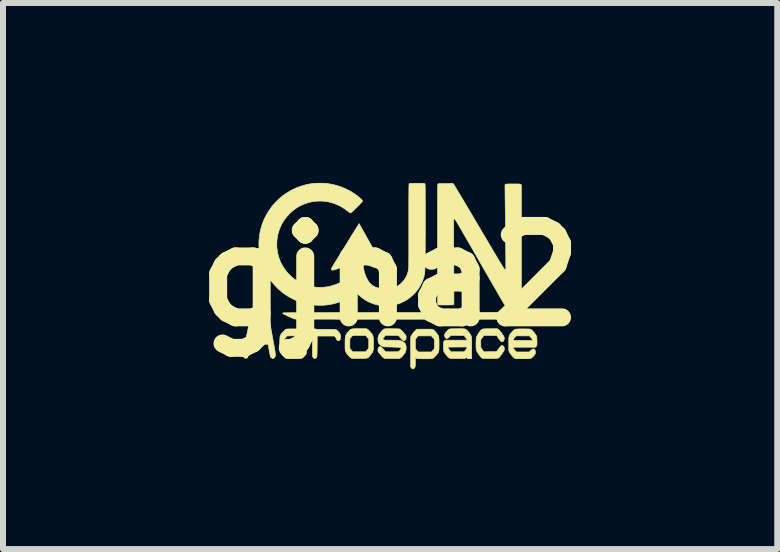
<source format=kicad_pcb>
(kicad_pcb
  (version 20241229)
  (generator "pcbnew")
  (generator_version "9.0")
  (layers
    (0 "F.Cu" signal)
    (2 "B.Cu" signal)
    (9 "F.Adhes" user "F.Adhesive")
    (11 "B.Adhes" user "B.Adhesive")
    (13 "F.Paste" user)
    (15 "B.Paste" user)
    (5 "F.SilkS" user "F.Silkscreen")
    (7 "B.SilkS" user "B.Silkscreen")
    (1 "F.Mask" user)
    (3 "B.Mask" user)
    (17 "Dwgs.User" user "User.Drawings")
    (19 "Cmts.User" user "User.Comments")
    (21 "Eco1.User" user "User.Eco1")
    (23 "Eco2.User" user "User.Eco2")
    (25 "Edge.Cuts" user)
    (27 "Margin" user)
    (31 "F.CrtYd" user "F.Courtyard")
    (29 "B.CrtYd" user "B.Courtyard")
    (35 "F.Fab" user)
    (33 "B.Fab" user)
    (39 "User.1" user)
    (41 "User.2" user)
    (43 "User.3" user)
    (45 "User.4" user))
  (footprint "gjna2"
    (layer "F.Cu")
    (at 3.454 1.552)
    (property "Reference" "gjna2" (at 0 0 0) (layer "F.SilkS") (effects (font (size 1.524 1.524) (thickness 0.3))))
    (attr through_hole)
    (fp_poly (pts (xy -1.243 0.883) (xy -1.239 0.885) (xy -1.233 0.886) (xy -1.225 0.887) (xy -1.214 0.888) (xy -1.2 0.888) (xy -1.181 0.888) (xy -1.158 0.889) (xy -1.129 0.889) (xy -1.095 0.889) (xy -1.071 0.889) (xy -1.032 0.889) (xy -0.999 0.889) (xy -0.972 0.889) (xy -0.95 0.89) (xy -0.932 0.891) (xy -0.918 0.892) (xy -0.907 0.894) (xy -0.898 0.897) (xy -0.891 0.901) (xy -0.884 0.906) (xy -0.878 0.913) (xy -0.87 0.92) (xy -0.865 0.926) (xy -0.846 0.948) (xy -0.833 0.97) (xy -0.826 0.992) (xy -0.824 1.017) (xy -0.824 1.028) (xy -0.828 1.048) (xy -0.835 1.063) (xy -0.845 1.074) (xy -0.857 1.078) (xy -0.871 1.076) (xy -0.875 1.075) (xy -0.883 1.069) (xy -0.889 1.061) (xy -0.895 1.049) (xy -0.896 1.046) (xy -0.904 1.03) (xy -0.912 1.018) (xy -0.917 1.012) (xy -0.929 1.001) (xy -1.215 1.001) (xy -1.216 1.169) (xy -1.217 1.209) (xy -1.217 1.243) (xy -1.217 1.27) (xy -1.218 1.292) (xy -1.218 1.31) (xy -1.219 1.323) (xy -1.22 1.333) (xy -1.221 1.341) (xy -1.222 1.346) (xy -1.223 1.35) (xy -1.223 1.35) (xy -1.233 1.364) (xy -1.244 1.373) (xy -1.257 1.375) (xy -1.27 1.372) (xy -1.278 1.365) (xy -1.286 1.356) (xy -1.291 1.346) (xy -1.292 1.345) (xy -1.293 1.339) (xy -1.293 1.325) (xy -1.294 1.304) (xy -1.295 1.276) (xy -1.295 1.241) (xy -1.295 1.199) (xy -1.295 1.15) (xy -1.295 1.127) (xy -1.295 0.92) (xy -1.287 0.903) (xy -1.278 0.889) (xy -1.267 0.881) (xy -1.254 0.88) (xy -1.243 0.883)) (stroke (width 0.01) (type solid)) (fill yes) (layer "F.SilkS"))
    (fp_poly (pts (xy 2.307 0.654) (xy 2.335 0.668) (xy 2.356 0.679) (xy 2.373 0.687) (xy 2.385 0.694) (xy 2.393 0.699) (xy 2.398 0.703) (xy 2.4 0.706) (xy 2.401 0.709) (xy 2.401 0.711) (xy 2.4 0.72) (xy 0.662 0.72) (xy 0.548 0.72) (xy 0.434 0.72) (xy 0.322 0.72) (xy 0.211 0.72) (xy 0.101 0.72) (xy -0.007 0.72) (xy -0.112 0.72) (xy -0.215 0.72) (xy -0.316 0.72) (xy -0.413 0.72) (xy -0.507 0.72) (xy -0.598 0.72) (xy -0.685 0.72) (xy -0.768 0.72) (xy -0.847 0.72) (xy -0.921 0.72) (xy -0.99 0.719) (xy -1.054 0.719) (xy -1.113 0.719) (xy -1.166 0.719) (xy -1.213 0.719) (xy -1.254 0.719) (xy -1.288 0.719) (xy -1.316 0.719) (xy -1.337 0.719) (xy -1.337 0.719) (xy -1.598 0.717) (xy -1.678 0.68) (xy -1.709 0.666) (xy -1.734 0.654) (xy -1.753 0.645) (xy -1.767 0.638) (xy -1.778 0.633) (xy -1.784 0.628) (xy -1.788 0.625) (xy -1.789 0.622) (xy -1.789 0.619) (xy -1.787 0.616) (xy -1.786 0.615) (xy -1.784 0.614) (xy -1.778 0.614) (xy -1.769 0.614) (xy -1.755 0.613) (xy -1.737 0.613) (xy -1.715 0.613) (xy -1.688 0.612) (xy -1.657 0.612) (xy -1.622 0.612) (xy -1.581 0.612) (xy -1.536 0.611) (xy -1.486 0.611) (xy -1.43 0.611) (xy -1.37 0.611) (xy -1.304 0.611) (xy -1.232 0.61) (xy -1.155 0.61) (xy -1.071 0.61) (xy -0.982 0.61) (xy -0.887 0.609) (xy -0.786 0.609) (xy -0.679 0.609) (xy -0.565 0.609) (xy -0.445 0.609) (xy -0.317 0.608) (xy -0.184 0.608) (xy -0.043 0.608) (xy 0.105 0.608) (xy 0.214 0.608) (xy 2.212 0.605) (xy 2.307 0.654)) (stroke (width 0.01) (type solid)) (fill yes) (layer "F.SilkS"))
    (fp_poly (pts (xy 0.663 0.886) (xy 0.682 0.887) (xy 0.697 0.888) (xy 0.709 0.891) (xy 0.719 0.895) (xy 0.727 0.9) (xy 0.735 0.908) (xy 0.744 0.917) (xy 0.754 0.928) (xy 0.761 0.936) (xy 0.775 0.953) (xy 0.787 0.967) (xy 0.796 0.98) (xy 0.803 0.994) (xy 0.808 1.008) (xy 0.812 1.025) (xy 0.814 1.044) (xy 0.816 1.068) (xy 0.816 1.096) (xy 0.816 1.131) (xy 0.816 1.138) (xy 0.816 1.17) (xy 0.816 1.196) (xy 0.815 1.217) (xy 0.814 1.233) (xy 0.812 1.247) (xy 0.809 1.258) (xy 0.806 1.268) (xy 0.801 1.279) (xy 0.797 1.287) (xy 0.791 1.295) (xy 0.781 1.307) (xy 0.769 1.321) (xy 0.755 1.336) (xy 0.742 1.349) (xy 0.729 1.361) (xy 0.719 1.369) (xy 0.715 1.371) (xy 0.709 1.374) (xy 0.702 1.376) (xy 0.691 1.377) (xy 0.676 1.378) (xy 0.657 1.379) (xy 0.635 1.38) (xy 0.608 1.38) (xy 0.577 1.38) (xy 0.547 1.38) (xy 0.519 1.379) (xy 0.508 1.379) (xy 0.485 1.378) (xy 0.469 1.377) (xy 0.457 1.376) (xy 0.449 1.375) (xy 0.443 1.373) (xy 0.438 1.37) (xy 0.437 1.369) (xy 0.429 1.364) (xy 0.424 1.361) (xy 0.423 1.361) (xy 0.422 1.364) (xy 0.422 1.374) (xy 0.421 1.388) (xy 0.421 1.407) (xy 0.421 1.428) (xy 0.421 1.431) (xy 0.421 1.453) (xy 0.42 1.474) (xy 0.419 1.493) (xy 0.418 1.506) (xy 0.417 1.514) (xy 0.41 1.53) (xy 0.4 1.541) (xy 0.387 1.547) (xy 0.374 1.547) (xy 0.367 1.545) (xy 0.36 1.539) (xy 0.353 1.53) (xy 0.351 1.528) (xy 0.343 1.515) (xy 0.343 1.214) (xy 0.421 1.214) (xy 0.445 1.24) (xy 0.469 1.266) (xy 0.689 1.266) (xy 0.713 1.241) (xy 0.737 1.215) (xy 0.737 1.054) (xy 0.712 1.026) (xy 0.688 0.998) (xy 0.469 0.998) (xy 0.445 1.026) (xy 0.421 1.054) (xy 0.421 1.134) (xy 0.421 1.214) (xy 0.343 1.214) (xy 0.343 1.018) (xy 0.355 0.994) (xy 0.363 0.979) (xy 0.376 0.961) (xy 0.391 0.942) (xy 0.407 0.924) (xy 0.422 0.908) (xy 0.433 0.898) (xy 0.447 0.887) (xy 0.575 0.886) (xy 0.61 0.886) (xy 0.639 0.886) (xy 0.663 0.886)) (stroke (width 0.01) (type solid)) (fill yes) (layer "F.SilkS"))
    (fp_poly (pts (xy -0.378 0.888) (xy -0.367 0.895) (xy -0.355 0.906) (xy -0.343 0.918) (xy -0.34 0.921) (xy -0.323 0.941) (xy -0.31 0.958) (xy -0.299 0.973) (xy -0.291 0.986) (xy -0.286 1.001) (xy -0.282 1.016) (xy -0.279 1.035) (xy -0.278 1.057) (xy -0.277 1.085) (xy -0.277 1.112) (xy -0.276 1.148) (xy -0.276 1.178) (xy -0.277 1.203) (xy -0.279 1.224) (xy -0.283 1.242) (xy -0.288 1.257) (xy -0.294 1.272) (xy -0.303 1.286) (xy -0.315 1.301) (xy -0.328 1.318) (xy -0.339 1.332) (xy -0.349 1.343) (xy -0.358 1.353) (xy -0.366 1.36) (xy -0.376 1.365) (xy -0.387 1.369) (xy -0.401 1.371) (xy -0.418 1.373) (xy -0.439 1.374) (xy -0.466 1.374) (xy -0.499 1.374) (xy -0.512 1.374) (xy -0.545 1.375) (xy -0.571 1.375) (xy -0.592 1.375) (xy -0.608 1.375) (xy -0.62 1.374) (xy -0.629 1.373) (xy -0.636 1.372) (xy -0.641 1.371) (xy -0.646 1.369) (xy -0.649 1.368) (xy -0.659 1.361) (xy -0.671 1.35) (xy -0.686 1.335) (xy -0.693 1.327) (xy -0.708 1.31) (xy -0.719 1.298) (xy -0.726 1.288) (xy -0.732 1.279) (xy -0.736 1.27) (xy -0.74 1.259) (xy -0.743 1.253) (xy -0.745 1.246) (xy -0.747 1.239) (xy -0.749 1.231) (xy -0.75 1.222) (xy -0.75 1.21) (xy -0.751 1.195) (xy -0.751 1.175) (xy -0.751 1.149) (xy -0.751 1.133) (xy -0.751 1.096) (xy -0.75 1.065) (xy -0.749 1.045) (xy -0.671 1.045) (xy -0.671 1.126) (xy -0.671 1.206) (xy -0.647 1.235) (xy -0.623 1.263) (xy -0.407 1.263) (xy -0.396 1.251) (xy -0.388 1.241) (xy -0.377 1.23) (xy -0.37 1.221) (xy -0.356 1.203) (xy -0.356 1.051) (xy -0.407 0.991) (xy -0.513 0.991) (xy -0.544 0.991) (xy -0.569 0.991) (xy -0.588 0.991) (xy -0.603 0.992) (xy -0.614 0.993) (xy -0.623 0.996) (xy -0.63 0.999) (xy -0.636 1.004) (xy -0.642 1.011) (xy -0.649 1.02) (xy -0.655 1.026) (xy -0.671 1.045) (xy -0.749 1.045) (xy -0.749 1.039) (xy -0.746 1.018) (xy -0.743 1) (xy -0.737 0.985) (xy -0.73 0.97) (xy -0.72 0.956) (xy -0.708 0.941) (xy -0.693 0.925) (xy -0.69 0.921) (xy -0.68 0.91) (xy -0.671 0.901) (xy -0.663 0.894) (xy -0.654 0.889) (xy -0.644 0.885) (xy -0.633 0.882) (xy -0.618 0.88) (xy -0.6 0.879) (xy -0.577 0.878) (xy -0.548 0.878) (xy -0.514 0.878) (xy -0.395 0.878) (xy -0.378 0.888)) (stroke (width 0.01) (type solid)) (fill yes) (layer "F.SilkS"))
    (fp_poly (pts (xy 1.203 0.879) (xy 1.222 0.879) (xy 1.236 0.881) (xy 1.248 0.883) (xy 1.257 0.886) (xy 1.264 0.89) (xy 1.271 0.895) (xy 1.278 0.901) (xy 1.281 0.905) (xy 1.298 0.923) (xy 1.315 0.943) (xy 1.33 0.963) (xy 1.343 0.981) (xy 1.349 0.993) (xy 1.359 1.014) (xy 1.36 1.197) (xy 1.361 1.379) (xy 1.285 1.379) (xy 1.285 1.353) (xy 1.246 1.375) (xy 1.125 1.375) (xy 1.09 1.375) (xy 1.061 1.375) (xy 1.037 1.375) (xy 1.019 1.374) (xy 1.004 1.372) (xy 0.992 1.369) (xy 0.982 1.364) (xy 0.973 1.358) (xy 0.965 1.35) (xy 0.956 1.341) (xy 0.946 1.328) (xy 0.941 1.323) (xy 0.929 1.307) (xy 0.917 1.291) (xy 0.907 1.277) (xy 0.901 1.266) (xy 0.901 1.266) (xy 0.897 1.259) (xy 0.895 1.252) (xy 0.893 1.245) (xy 0.892 1.236) (xy 0.891 1.223) (xy 0.89 1.207) (xy 0.89 1.194) (xy 0.966 1.194) (xy 0.967 1.2) (xy 0.97 1.208) (xy 0.978 1.219) (xy 0.99 1.233) (xy 1.014 1.263) (xy 1.124 1.263) (xy 1.233 1.263) (xy 1.257 1.236) (xy 1.268 1.224) (xy 1.275 1.214) (xy 1.279 1.207) (xy 1.281 1.2) (xy 1.281 1.196) (xy 1.281 1.183) (xy 0.967 1.185) (xy 0.966 1.194) (xy 0.89 1.194) (xy 0.89 1.184) (xy 0.89 1.178) (xy 0.889 1.151) (xy 0.89 1.13) (xy 0.89 1.115) (xy 0.892 1.103) (xy 0.895 1.095) (xy 0.899 1.088) (xy 0.905 1.082) (xy 0.908 1.079) (xy 0.919 1.07) (xy 1.281 1.07) (xy 1.281 1.06) (xy 1.279 1.053) (xy 1.273 1.042) (xy 1.263 1.029) (xy 1.258 1.023) (xy 1.234 0.995) (xy 1.206 0.993) (xy 1.194 0.992) (xy 1.176 0.992) (xy 1.154 0.991) (xy 1.13 0.991) (xy 1.104 0.991) (xy 1.097 0.991) (xy 1.015 0.991) (xy 0.989 1.015) (xy 0.974 1.028) (xy 0.963 1.037) (xy 0.954 1.042) (xy 0.946 1.043) (xy 0.938 1.041) (xy 0.934 1.039) (xy 0.923 1.03) (xy 0.914 1.016) (xy 0.909 0.999) (xy 0.908 0.98) (xy 0.911 0.967) (xy 0.916 0.958) (xy 0.924 0.946) (xy 0.936 0.932) (xy 0.949 0.918) (xy 0.963 0.904) (xy 0.975 0.893) (xy 0.985 0.886) (xy 0.985 0.886) (xy 0.989 0.884) (xy 0.994 0.883) (xy 1.002 0.882) (xy 1.013 0.881) (xy 1.028 0.88) (xy 1.047 0.88) (xy 1.072 0.879) (xy 1.103 0.879) (xy 1.115 0.879) (xy 1.151 0.878) (xy 1.18 0.878) (xy 1.203 0.879)) (stroke (width 0.01) (type solid)) (fill yes) (layer "F.SilkS"))
    (fp_poly (pts (xy 1.802 0.887) (xy 1.811 0.894) (xy 1.823 0.907) (xy 1.837 0.923) (xy 1.852 0.941) (xy 1.866 0.96) (xy 1.879 0.98) (xy 1.89 0.997) (xy 1.899 1.013) (xy 1.903 1.024) (xy 1.903 1.025) (xy 1.904 1.043) (xy 1.901 1.06) (xy 1.895 1.076) (xy 1.886 1.087) (xy 1.875 1.095) (xy 1.868 1.096) (xy 1.858 1.095) (xy 1.851 1.092) (xy 1.846 1.088) (xy 1.839 1.079) (xy 1.829 1.067) (xy 1.817 1.051) (xy 1.811 1.042) (xy 1.778 0.995) (xy 1.734 0.993) (xy 1.714 0.992) (xy 1.69 0.991) (xy 1.664 0.991) (xy 1.638 0.991) (xy 1.627 0.991) (xy 1.564 0.991) (xy 1.55 1.01) (xy 1.54 1.023) (xy 1.53 1.038) (xy 1.524 1.046) (xy 1.511 1.064) (xy 1.512 1.129) (xy 1.513 1.193) (xy 1.537 1.228) (xy 1.561 1.263) (xy 1.668 1.262) (xy 1.776 1.261) (xy 1.792 1.239) (xy 1.803 1.224) (xy 1.815 1.207) (xy 1.827 1.192) (xy 1.827 1.192) (xy 1.837 1.179) (xy 1.846 1.169) (xy 1.854 1.163) (xy 1.856 1.162) (xy 1.868 1.159) (xy 1.88 1.163) (xy 1.89 1.172) (xy 1.899 1.186) (xy 1.904 1.203) (xy 1.905 1.218) (xy 1.904 1.228) (xy 1.903 1.236) (xy 1.898 1.246) (xy 1.891 1.258) (xy 1.886 1.265) (xy 1.876 1.281) (xy 1.863 1.299) (xy 1.85 1.318) (xy 1.843 1.327) (xy 1.834 1.339) (xy 1.826 1.349) (xy 1.819 1.357) (xy 1.811 1.363) (xy 1.802 1.368) (xy 1.791 1.371) (xy 1.777 1.373) (xy 1.759 1.374) (xy 1.737 1.375) (xy 1.71 1.375) (xy 1.676 1.375) (xy 1.667 1.375) (xy 1.634 1.375) (xy 1.608 1.375) (xy 1.587 1.375) (xy 1.571 1.374) (xy 1.559 1.374) (xy 1.55 1.373) (xy 1.544 1.372) (xy 1.539 1.37) (xy 1.535 1.368) (xy 1.534 1.368) (xy 1.524 1.36) (xy 1.511 1.348) (xy 1.497 1.331) (xy 1.483 1.312) (xy 1.469 1.292) (xy 1.457 1.272) (xy 1.447 1.254) (xy 1.442 1.242) (xy 1.439 1.234) (xy 1.437 1.227) (xy 1.436 1.219) (xy 1.435 1.209) (xy 1.434 1.197) (xy 1.433 1.18) (xy 1.433 1.158) (xy 1.433 1.13) (xy 1.433 1.13) (xy 1.433 1.1) (xy 1.434 1.076) (xy 1.434 1.057) (xy 1.435 1.043) (xy 1.437 1.032) (xy 1.438 1.023) (xy 1.439 1.021) (xy 1.444 1.008) (xy 1.453 0.992) (xy 1.464 0.973) (xy 1.477 0.953) (xy 1.49 0.934) (xy 1.504 0.917) (xy 1.51 0.91) (xy 1.516 0.902) (xy 1.522 0.896) (xy 1.528 0.891) (xy 1.535 0.887) (xy 1.544 0.884) (xy 1.555 0.882) (xy 1.57 0.881) (xy 1.588 0.88) (xy 1.612 0.879) (xy 1.641 0.879) (xy 1.667 0.879) (xy 1.786 0.878) (xy 1.802 0.887)) (stroke (width 0.01) (type solid)) (fill yes) (layer "F.SilkS"))
    (fp_poly (pts (xy 2.238 0.882) (xy 2.264 0.882) (xy 2.287 0.883) (xy 2.308 0.883) (xy 2.324 0.884) (xy 2.333 0.885) (xy 2.335 0.886) (xy 2.347 0.89) (xy 2.358 0.896) (xy 2.359 0.897) (xy 2.368 0.904) (xy 2.38 0.917) (xy 2.393 0.932) (xy 2.406 0.948) (xy 2.419 0.965) (xy 2.429 0.98) (xy 2.437 0.992) (xy 2.438 0.994) (xy 2.441 1.002) (xy 2.444 1.009) (xy 2.446 1.018) (xy 2.447 1.028) (xy 2.448 1.042) (xy 2.448 1.061) (xy 2.449 1.077) (xy 2.449 1.104) (xy 2.449 1.125) (xy 2.448 1.14) (xy 2.447 1.152) (xy 2.445 1.161) (xy 2.441 1.168) (xy 2.437 1.174) (xy 2.435 1.175) (xy 2.425 1.187) (xy 2.057 1.187) (xy 2.057 1.199) (xy 2.058 1.206) (xy 2.062 1.214) (xy 2.069 1.224) (xy 2.08 1.238) (xy 2.081 1.239) (xy 2.105 1.266) (xy 2.319 1.266) (xy 2.347 1.241) (xy 2.362 1.227) (xy 2.375 1.219) (xy 2.385 1.215) (xy 2.394 1.216) (xy 2.402 1.219) (xy 2.41 1.227) (xy 2.417 1.239) (xy 2.423 1.254) (xy 2.425 1.269) (xy 2.425 1.27) (xy 2.423 1.285) (xy 2.419 1.298) (xy 2.411 1.312) (xy 2.398 1.328) (xy 2.389 1.338) (xy 2.379 1.348) (xy 2.37 1.357) (xy 2.362 1.364) (xy 2.354 1.369) (xy 2.344 1.373) (xy 2.333 1.375) (xy 2.318 1.377) (xy 2.3 1.378) (xy 2.277 1.379) (xy 2.249 1.379) (xy 2.215 1.379) (xy 2.213 1.379) (xy 2.179 1.379) (xy 2.152 1.379) (xy 2.13 1.378) (xy 2.114 1.378) (xy 2.101 1.377) (xy 2.092 1.376) (xy 2.086 1.375) (xy 2.082 1.374) (xy 2.081 1.373) (xy 2.069 1.365) (xy 2.054 1.351) (xy 2.038 1.335) (xy 2.022 1.316) (xy 2.007 1.297) (xy 1.996 1.279) (xy 1.989 1.267) (xy 1.979 1.246) (xy 1.978 1.135) (xy 1.978 1.104) (xy 1.978 1.079) (xy 1.978 1.061) (xy 2.057 1.061) (xy 2.057 1.074) (xy 2.373 1.074) (xy 2.373 1.066) (xy 2.371 1.059) (xy 2.364 1.048) (xy 2.354 1.035) (xy 2.349 1.028) (xy 2.324 0.998) (xy 2.213 0.998) (xy 2.102 0.998) (xy 2.08 1.023) (xy 2.069 1.036) (xy 2.062 1.045) (xy 2.058 1.053) (xy 2.057 1.06) (xy 2.057 1.061) (xy 1.978 1.061) (xy 1.978 1.059) (xy 1.978 1.043) (xy 1.979 1.032) (xy 1.98 1.023) (xy 1.981 1.016) (xy 1.983 1.009) (xy 1.985 1.003) (xy 1.99 0.989) (xy 1.997 0.975) (xy 2.007 0.962) (xy 2.019 0.946) (xy 2.036 0.928) (xy 2.043 0.922) (xy 2.057 0.907) (xy 2.068 0.898) (xy 2.076 0.892) (xy 2.084 0.888) (xy 2.091 0.886) (xy 2.1 0.885) (xy 2.115 0.884) (xy 2.134 0.883) (xy 2.158 0.882) (xy 2.183 0.882) (xy 2.21 0.882) (xy 2.238 0.882)) (stroke (width 0.01) (type solid)) (fill yes) (layer "F.SilkS"))
    (fp_poly (pts (xy -1.61 0.882) (xy -1.595 0.882) (xy -1.562 0.883) (xy -1.534 0.883) (xy -1.512 0.884) (xy -1.495 0.885) (xy -1.481 0.887) (xy -1.47 0.89) (xy -1.461 0.894) (xy -1.453 0.9) (xy -1.446 0.908) (xy -1.437 0.918) (xy -1.427 0.93) (xy -1.427 0.93) (xy -1.408 0.952) (xy -1.394 0.971) (xy -1.384 0.987) (xy -1.377 1.002) (xy -1.372 1.019) (xy -1.369 1.037) (xy -1.368 1.06) (xy -1.368 1.087) (xy -1.368 1.089) (xy -1.368 1.114) (xy -1.369 1.133) (xy -1.37 1.147) (xy -1.373 1.158) (xy -1.377 1.166) (xy -1.382 1.173) (xy -1.385 1.177) (xy -1.395 1.187) (xy -1.759 1.187) (xy -1.761 1.196) (xy -1.762 1.201) (xy -1.762 1.205) (xy -1.76 1.211) (xy -1.755 1.218) (xy -1.746 1.228) (xy -1.736 1.24) (xy -1.714 1.266) (xy -1.498 1.266) (xy -1.471 1.241) (xy -1.457 1.229) (xy -1.447 1.221) (xy -1.44 1.217) (xy -1.433 1.216) (xy -1.432 1.216) (xy -1.419 1.219) (xy -1.407 1.228) (xy -1.399 1.242) (xy -1.394 1.26) (xy -1.393 1.271) (xy -1.394 1.284) (xy -1.397 1.294) (xy -1.402 1.305) (xy -1.41 1.316) (xy -1.424 1.331) (xy -1.429 1.336) (xy -1.439 1.347) (xy -1.448 1.356) (xy -1.456 1.363) (xy -1.465 1.369) (xy -1.474 1.373) (xy -1.485 1.375) (xy -1.499 1.377) (xy -1.516 1.378) (xy -1.538 1.379) (xy -1.565 1.379) (xy -1.598 1.379) (xy -1.605 1.379) (xy -1.637 1.379) (xy -1.664 1.379) (xy -1.685 1.378) (xy -1.701 1.378) (xy -1.713 1.377) (xy -1.722 1.377) (xy -1.728 1.375) (xy -1.733 1.374) (xy -1.738 1.372) (xy -1.741 1.37) (xy -1.751 1.363) (xy -1.765 1.351) (xy -1.779 1.336) (xy -1.794 1.319) (xy -1.808 1.301) (xy -1.816 1.29) (xy -1.822 1.28) (xy -1.827 1.27) (xy -1.831 1.261) (xy -1.835 1.25) (xy -1.837 1.238) (xy -1.838 1.222) (xy -1.839 1.203) (xy -1.84 1.178) (xy -1.84 1.148) (xy -1.84 1.13) (xy -1.84 1.094) (xy -1.839 1.065) (xy -1.839 1.062) (xy -1.763 1.062) (xy -1.761 1.068) (xy -1.76 1.07) (xy -1.757 1.071) (xy -1.753 1.072) (xy -1.745 1.073) (xy -1.734 1.073) (xy -1.718 1.074) (xy -1.698 1.074) (xy -1.673 1.074) (xy -1.642 1.074) (xy -1.604 1.074) (xy -1.448 1.074) (xy -1.448 1.064) (xy -1.45 1.056) (xy -1.458 1.043) (xy -1.47 1.026) (xy -1.47 1.026) (xy -1.493 0.998) (xy -1.604 0.998) (xy -1.715 0.998) (xy -1.739 1.025) (xy -1.751 1.038) (xy -1.759 1.048) (xy -1.762 1.056) (xy -1.763 1.062) (xy -1.839 1.062) (xy -1.838 1.04) (xy -1.836 1.02) (xy -1.833 1.003) (xy -1.828 0.989) (xy -1.821 0.976) (xy -1.813 0.963) (xy -1.801 0.949) (xy -1.787 0.934) (xy -1.775 0.922) (xy -1.76 0.907) (xy -1.749 0.897) (xy -1.74 0.891) (xy -1.732 0.887) (xy -1.728 0.885) (xy -1.718 0.884) (xy -1.702 0.883) (xy -1.679 0.882) (xy -1.648 0.882) (xy -1.61 0.882)) (stroke (width 0.01) (type solid)) (fill yes) (layer "F.SilkS"))
    (fp_poly (pts (xy -0.001 0.878) (xy 0.027 0.879) (xy 0.04 0.879) (xy 0.072 0.879) (xy 0.098 0.879) (xy 0.118 0.88) (xy 0.134 0.881) (xy 0.145 0.881) (xy 0.153 0.882) (xy 0.159 0.884) (xy 0.164 0.885) (xy 0.167 0.887) (xy 0.177 0.894) (xy 0.189 0.905) (xy 0.203 0.919) (xy 0.218 0.936) (xy 0.232 0.953) (xy 0.246 0.969) (xy 0.257 0.984) (xy 0.264 0.997) (xy 0.267 1.004) (xy 0.268 1.023) (xy 0.266 1.041) (xy 0.259 1.058) (xy 0.251 1.07) (xy 0.245 1.074) (xy 0.234 1.078) (xy 0.224 1.079) (xy 0.215 1.074) (xy 0.203 1.064) (xy 0.194 1.054) (xy 0.182 1.04) (xy 0.169 1.025) (xy 0.157 1.013) (xy 0.155 1.011) (xy 0.138 0.992) (xy 0.031 0.991) (xy -0.075 0.99) (xy -0.099 1.018) (xy -0.109 1.031) (xy -0.117 1.04) (xy -0.122 1.047) (xy -0.123 1.049) (xy -0.12 1.052) (xy -0.113 1.057) (xy -0.106 1.061) (xy -0.088 1.07) (xy 0.031 1.07) (xy 0.066 1.071) (xy 0.094 1.071) (xy 0.117 1.071) (xy 0.135 1.072) (xy 0.15 1.073) (xy 0.163 1.075) (xy 0.173 1.078) (xy 0.183 1.081) (xy 0.194 1.086) (xy 0.205 1.091) (xy 0.209 1.093) (xy 0.232 1.107) (xy 0.249 1.124) (xy 0.26 1.144) (xy 0.266 1.168) (xy 0.269 1.197) (xy 0.269 1.197) (xy 0.266 1.228) (xy 0.26 1.256) (xy 0.25 1.279) (xy 0.246 1.285) (xy 0.234 1.301) (xy 0.221 1.318) (xy 0.206 1.335) (xy 0.193 1.349) (xy 0.181 1.36) (xy 0.172 1.366) (xy 0.157 1.375) (xy 0.034 1.375) (xy -0.004 1.375) (xy -0.036 1.374) (xy -0.06 1.374) (xy -0.079 1.373) (xy -0.091 1.372) (xy -0.098 1.371) (xy -0.098 1.37) (xy -0.108 1.365) (xy -0.115 1.361) (xy -0.121 1.355) (xy -0.13 1.346) (xy -0.141 1.333) (xy -0.154 1.319) (xy -0.166 1.303) (xy -0.178 1.289) (xy -0.189 1.276) (xy -0.196 1.266) (xy -0.2 1.26) (xy -0.2 1.26) (xy -0.203 1.247) (xy -0.203 1.231) (xy -0.201 1.216) (xy -0.198 1.204) (xy -0.19 1.191) (xy -0.179 1.181) (xy -0.167 1.177) (xy -0.155 1.178) (xy -0.153 1.179) (xy -0.148 1.183) (xy -0.14 1.191) (xy -0.128 1.203) (xy -0.116 1.217) (xy -0.111 1.223) (xy -0.076 1.263) (xy 0.032 1.263) (xy 0.066 1.263) (xy 0.092 1.262) (xy 0.113 1.262) (xy 0.128 1.261) (xy 0.138 1.26) (xy 0.144 1.259) (xy 0.146 1.258) (xy 0.15 1.254) (xy 0.157 1.246) (xy 0.166 1.236) (xy 0.175 1.225) (xy 0.182 1.216) (xy 0.187 1.209) (xy 0.189 1.206) (xy 0.186 1.204) (xy 0.178 1.2) (xy 0.171 1.196) (xy 0.167 1.194) (xy 0.162 1.192) (xy 0.156 1.19) (xy 0.149 1.189) (xy 0.14 1.188) (xy 0.127 1.187) (xy 0.111 1.187) (xy 0.09 1.186) (xy 0.063 1.185) (xy 0.03 1.184) (xy 0.023 1.184) (xy -0.108 1.181) (xy -0.136 1.167) (xy -0.158 1.154) (xy -0.173 1.142) (xy -0.185 1.129) (xy -0.194 1.114) (xy -0.194 1.114) (xy -0.199 1.095) (xy -0.202 1.071) (xy -0.203 1.045) (xy -0.2 1.02) (xy -0.194 0.997) (xy -0.19 0.985) (xy -0.185 0.978) (xy -0.177 0.967) (xy -0.167 0.953) (xy -0.156 0.938) (xy -0.156 0.938) (xy -0.136 0.915) (xy -0.119 0.897) (xy -0.103 0.886) (xy -0.087 0.88) (xy -0.085 0.88) (xy -0.079 0.879) (xy -0.066 0.879) (xy -0.048 0.879) (xy -0.026 0.878) (xy -0.001 0.878)) (stroke (width 0.01) (type solid)) (fill yes) (layer "F.SilkS"))
    (fp_poly (pts (xy -2.173 0.607) (xy -2.145 0.607) (xy -2.123 0.607) (xy -2.106 0.608) (xy -2.094 0.609) (xy -2.085 0.609) (xy -2.079 0.611) (xy -2.074 0.613) (xy -2.07 0.615) (xy -2.067 0.617) (xy -2.057 0.625) (xy -2.047 0.636) (xy -2.041 0.643) (xy -2.038 0.646) (xy -2.036 0.649) (xy -2.034 0.653) (xy -2.032 0.657) (xy -2.03 0.662) (xy -2.028 0.669) (xy -2.026 0.678) (xy -2.023 0.689) (xy -2.02 0.703) (xy -2.016 0.721) (xy -2.012 0.742) (xy -2.007 0.766) (xy -2.002 0.796) (xy -1.996 0.829) (xy -1.988 0.869) (xy -1.98 0.913) (xy -1.971 0.964) (xy -1.96 1.021) (xy -1.949 1.084) (xy -1.949 1.086) (xy -1.94 1.134) (xy -1.932 1.175) (xy -1.926 1.21) (xy -1.921 1.24) (xy -1.917 1.265) (xy -1.915 1.286) (xy -1.913 1.303) (xy -1.913 1.317) (xy -1.913 1.328) (xy -1.915 1.337) (xy -1.918 1.345) (xy -1.922 1.351) (xy -1.926 1.357) (xy -1.932 1.364) (xy -1.933 1.365) (xy -1.941 1.372) (xy -1.949 1.375) (xy -1.96 1.373) (xy -1.963 1.372) (xy -1.979 1.365) (xy -1.99 1.354) (xy -1.994 1.346) (xy -1.996 1.339) (xy -1.999 1.326) (xy -2.003 1.308) (xy -2.007 1.286) (xy -2.012 1.262) (xy -2.017 1.236) (xy -2.034 1.138) (xy -2.326 1.136) (xy -2.328 1.149) (xy -2.331 1.167) (xy -2.335 1.188) (xy -2.34 1.211) (xy -2.345 1.235) (xy -2.35 1.26) (xy -2.355 1.284) (xy -2.36 1.305) (xy -2.364 1.323) (xy -2.367 1.337) (xy -2.369 1.346) (xy -2.37 1.347) (xy -2.379 1.361) (xy -2.39 1.369) (xy -2.404 1.372) (xy -2.405 1.372) (xy -2.415 1.371) (xy -2.423 1.368) (xy -2.431 1.361) (xy -2.435 1.357) (xy -2.439 1.353) (xy -2.442 1.35) (xy -2.445 1.346) (xy -2.447 1.342) (xy -2.449 1.336) (xy -2.45 1.33) (xy -2.45 1.322) (xy -2.45 1.311) (xy -2.449 1.299) (xy -2.447 1.283) (xy -2.444 1.265) (xy -2.441 1.243) (xy -2.436 1.217) (xy -2.43 1.187) (xy -2.424 1.153) (xy -2.416 1.113) (xy -2.407 1.069) (xy -2.397 1.019) (xy -2.393 0.999) (xy -2.297 0.999) (xy -2.297 1) (xy -2.295 1.002) (xy -2.291 1.003) (xy -2.285 1.004) (xy -2.275 1.004) (xy -2.261 1.005) (xy -2.242 1.005) (xy -2.218 1.005) (xy -2.186 1.005) (xy -2.185 1.005) (xy -2.157 1.005) (xy -2.131 1.005) (xy -2.108 1.004) (xy -2.089 1.004) (xy -2.075 1.004) (xy -2.067 1.003) (xy -2.066 1.003) (xy -2.064 1.002) (xy -2.062 1.001) (xy -2.062 0.998) (xy -2.061 0.993) (xy -2.062 0.984) (xy -2.064 0.972) (xy -2.066 0.956) (xy -2.07 0.934) (xy -2.075 0.905) (xy -2.076 0.899) (xy -2.081 0.87) (xy -2.086 0.843) (xy -2.09 0.817) (xy -2.094 0.795) (xy -2.098 0.777) (xy -2.1 0.766) (xy -2.106 0.735) (xy -2.174 0.734) (xy -2.242 0.733) (xy -2.25 0.765) (xy -2.252 0.777) (xy -2.256 0.794) (xy -2.261 0.815) (xy -2.266 0.838) (xy -2.271 0.863) (xy -2.276 0.889) (xy -2.281 0.915) (xy -2.286 0.939) (xy -2.29 0.96) (xy -2.293 0.978) (xy -2.296 0.991) (xy -2.297 0.998) (xy -2.297 0.999) (xy -2.393 0.999) (xy -2.386 0.962) (xy -2.373 0.9) (xy -2.359 0.83) (xy -2.357 0.823) (xy -2.35 0.79) (xy -2.344 0.76) (xy -2.338 0.732) (xy -2.333 0.708) (xy -2.328 0.688) (xy -2.325 0.674) (xy -2.323 0.665) (xy -2.322 0.663) (xy -2.313 0.649) (xy -2.3 0.633) (xy -2.286 0.62) (xy -2.28 0.616) (xy -2.265 0.606) (xy -2.173 0.607)) (stroke (width 0.01) (type solid)) (fill yes) (layer "F.SilkS"))
    (fp_poly (pts (xy 1.057 -1.534) (xy 1.06 -1.53) (xy 1.066 -1.52) (xy 1.076 -1.505) (xy 1.088 -1.484) (xy 1.104 -1.459) (xy 1.121 -1.429) (xy 1.141 -1.396) (xy 1.163 -1.359) (xy 1.187 -1.319) (xy 1.213 -1.277) (xy 1.239 -1.232) (xy 1.267 -1.186) (xy 1.281 -1.161) (xy 1.339 -1.064) (xy 1.392 -0.973) (xy 1.443 -0.888) (xy 1.49 -0.808) (xy 1.533 -0.734) (xy 1.574 -0.665) (xy 1.612 -0.602) (xy 1.647 -0.543) (xy 1.679 -0.489) (xy 1.708 -0.439) (xy 1.735 -0.394) (xy 1.759 -0.353) (xy 1.782 -0.316) (xy 1.801 -0.283) (xy 1.819 -0.253) (xy 1.835 -0.227) (xy 1.849 -0.204) (xy 1.862 -0.184) (xy 1.872 -0.166) (xy 1.881 -0.152) (xy 1.889 -0.139) (xy 1.896 -0.129) (xy 1.901 -0.121) (xy 1.906 -0.115) (xy 1.909 -0.111) (xy 1.912 -0.108) (xy 1.913 -0.106) (xy 1.915 -0.106) (xy 1.923 -0.107) (xy 1.927 -0.109) (xy 1.928 -0.111) (xy 1.928 -0.114) (xy 1.929 -0.118) (xy 1.929 -0.125) (xy 1.929 -0.133) (xy 1.929 -0.145) (xy 1.929 -0.159) (xy 1.929 -0.176) (xy 1.929 -0.196) (xy 1.929 -0.22) (xy 1.929 -0.248) (xy 1.929 -0.28) (xy 1.929 -0.316) (xy 1.928 -0.356) (xy 1.928 -0.402) (xy 1.927 -0.452) (xy 1.927 -0.508) (xy 1.926 -0.569) (xy 1.925 -0.636) (xy 1.924 -0.709) (xy 1.924 -0.789) (xy 1.923 -0.875) (xy 1.922 -0.968) (xy 1.921 -1.027) (xy 1.915 -1.518) (xy 1.925 -1.527) (xy 1.928 -1.529) (xy 1.931 -1.531) (xy 1.935 -1.532) (xy 1.941 -1.533) (xy 1.949 -1.534) (xy 1.961 -1.534) (xy 1.977 -1.535) (xy 1.998 -1.535) (xy 2.025 -1.535) (xy 2.052 -1.535) (xy 2.084 -1.535) (xy 2.11 -1.535) (xy 2.13 -1.535) (xy 2.145 -1.534) (xy 2.157 -1.534) (xy 2.165 -1.533) (xy 2.17 -1.532) (xy 2.174 -1.53) (xy 2.177 -1.528) (xy 2.178 -1.527) (xy 2.188 -1.52) (xy 2.188 0.474) (xy 2.18 0.482) (xy 2.177 0.484) (xy 2.174 0.486) (xy 2.171 0.487) (xy 2.165 0.488) (xy 2.156 0.489) (xy 2.144 0.489) (xy 2.128 0.49) (xy 2.107 0.49) (xy 2.08 0.49) (xy 2.047 0.49) (xy 2.046 0.49) (xy 2.01 0.49) (xy 1.981 0.49) (xy 1.958 0.489) (xy 1.94 0.489) (xy 1.928 0.488) (xy 1.92 0.487) (xy 1.916 0.486) (xy 1.915 0.485) (xy 1.914 0.484) (xy 1.912 0.483) (xy 1.911 0.48) (xy 1.908 0.477) (xy 1.905 0.472) (xy 1.901 0.466) (xy 1.896 0.458) (xy 1.89 0.448) (xy 1.883 0.435) (xy 1.874 0.42) (xy 1.864 0.403) (xy 1.852 0.382) (xy 1.838 0.359) (xy 1.822 0.332) (xy 1.804 0.301) (xy 1.784 0.266) (xy 1.762 0.227) (xy 1.737 0.184) (xy 1.709 0.136) (xy 1.679 0.083) (xy 1.645 0.025) (xy 1.609 -0.038) (xy 1.569 -0.107) (xy 1.526 -0.182) (xy 1.485 -0.254) (xy 1.437 -0.337) (xy 1.393 -0.414) (xy 1.352 -0.486) (xy 1.314 -0.551) (xy 1.279 -0.611) (xy 1.248 -0.665) (xy 1.22 -0.714) (xy 1.194 -0.758) (xy 1.172 -0.797) (xy 1.152 -0.831) (xy 1.135 -0.86) (xy 1.12 -0.885) (xy 1.108 -0.905) (xy 1.098 -0.922) (xy 1.09 -0.934) (xy 1.084 -0.943) (xy 1.081 -0.948) (xy 1.079 -0.949) (xy 1.073 -0.949) (xy 1.067 -0.947) (xy 1.06 -0.943) (xy 1.064 0.47) (xy 1.056 0.477) (xy 1.053 0.478) (xy 1.048 0.48) (xy 1.042 0.481) (xy 1.033 0.481) (xy 1.02 0.482) (xy 1.002 0.482) (xy 0.98 0.482) (xy 0.952 0.483) (xy 0.925 0.483) (xy 0.892 0.483) (xy 0.865 0.483) (xy 0.844 0.482) (xy 0.829 0.482) (xy 0.817 0.482) (xy 0.809 0.481) (xy 0.804 0.48) (xy 0.801 0.479) (xy 0.798 0.477) (xy 0.797 0.475) (xy 0.797 0.475) (xy 0.796 0.473) (xy 0.796 0.471) (xy 0.795 0.467) (xy 0.795 0.462) (xy 0.794 0.454) (xy 0.794 0.445) (xy 0.793 0.433) (xy 0.793 0.419) (xy 0.793 0.402) (xy 0.793 0.381) (xy 0.792 0.358) (xy 0.792 0.331) (xy 0.792 0.299) (xy 0.792 0.264) (xy 0.792 0.225) (xy 0.791 0.18) (xy 0.791 0.131) (xy 0.791 0.077) (xy 0.791 0.018) (xy 0.791 -0.047) (xy 0.791 -0.118) (xy 0.791 -0.195) (xy 0.791 -0.279) (xy 0.791 -0.369) (xy 0.791 -0.466) (xy 0.791 -0.528) (xy 0.791 -0.629) (xy 0.791 -0.722) (xy 0.791 -0.809) (xy 0.791 -0.889) (xy 0.791 -0.963) (xy 0.791 -1.032) (xy 0.791 -1.094) (xy 0.791 -1.151) (xy 0.791 -1.202) (xy 0.791 -1.249) (xy 0.791 -1.291) (xy 0.792 -1.329) (xy 0.792 -1.362) (xy 0.792 -1.391) (xy 0.792 -1.417) (xy 0.792 -1.439) (xy 0.793 -1.458) (xy 0.793 -1.474) (xy 0.793 -1.488) (xy 0.794 -1.499) (xy 0.794 -1.508) (xy 0.794 -1.515) (xy 0.795 -1.52) (xy 0.795 -1.524) (xy 0.796 -1.527) (xy 0.797 -1.529) (xy 0.797 -1.531) (xy 0.798 -1.532) (xy 0.798 -1.532) (xy 0.805 -1.54) (xy 0.926 -1.542) (xy 1.047 -1.543) (xy 1.057 -1.534)) (stroke (width 0.01) (type solid)) (fill yes) (layer "F.SilkS"))
    (fp_poly (pts (xy -1.114 -1.547) (xy -1.083 -1.545) (xy -1.058 -1.544) (xy -1.052 -1.543) (xy -0.967 -1.529) (xy -0.884 -1.508) (xy -0.803 -1.481) (xy -0.726 -1.447) (xy -0.651 -1.407) (xy -0.581 -1.362) (xy -0.559 -1.346) (xy -0.54 -1.332) (xy -0.521 -1.316) (xy -0.504 -1.301) (xy -0.489 -1.289) (xy -0.489 -1.288) (xy -0.476 -1.276) (xy -0.467 -1.266) (xy -0.463 -1.259) (xy -0.461 -1.253) (xy -0.461 -1.251) (xy -0.461 -1.248) (xy -0.463 -1.243) (xy -0.467 -1.238) (xy -0.473 -1.23) (xy -0.482 -1.22) (xy -0.495 -1.207) (xy -0.511 -1.19) (xy -0.531 -1.17) (xy -0.555 -1.146) (xy -0.58 -1.121) (xy -0.601 -1.101) (xy -0.617 -1.085) (xy -0.63 -1.073) (xy -0.64 -1.064) (xy -0.648 -1.058) (xy -0.653 -1.054) (xy -0.657 -1.053) (xy -0.659 -1.052) (xy -0.666 -1.054) (xy -0.676 -1.06) (xy -0.69 -1.069) (xy -0.704 -1.08) (xy -0.765 -1.125) (xy -0.828 -1.163) (xy -0.893 -1.194) (xy -0.96 -1.218) (xy -1.028 -1.236) (xy -1.098 -1.247) (xy -1.168 -1.25) (xy -1.238 -1.247) (xy -1.309 -1.237) (xy -1.365 -1.223) (xy -1.432 -1.201) (xy -1.495 -1.173) (xy -1.554 -1.139) (xy -1.61 -1.099) (xy -1.664 -1.052) (xy -1.669 -1.047) (xy -1.719 -0.993) (xy -1.763 -0.937) (xy -1.8 -0.877) (xy -1.831 -0.815) (xy -1.852 -0.757) (xy -1.872 -0.688) (xy -1.884 -0.617) (xy -1.889 -0.547) (xy -1.888 -0.477) (xy -1.879 -0.407) (xy -1.864 -0.339) (xy -1.842 -0.272) (xy -1.814 -0.208) (xy -1.778 -0.146) (xy -1.737 -0.087) (xy -1.73 -0.078) (xy -1.713 -0.058) (xy -1.692 -0.036) (xy -1.669 -0.013) (xy -1.645 0.01) (xy -1.622 0.03) (xy -1.603 0.045) (xy -1.545 0.084) (xy -1.484 0.118) (xy -1.42 0.145) (xy -1.354 0.166) (xy -1.286 0.181) (xy -1.219 0.188) (xy -1.215 0.188) (xy -1.158 0.19) (xy -1.105 0.187) (xy -1.054 0.181) (xy -1.003 0.171) (xy -0.951 0.156) (xy -0.894 0.137) (xy -0.839 0.114) (xy -0.79 0.09) (xy -0.748 0.064) (xy -0.712 0.037) (xy -0.682 0.007) (xy -0.657 -0.025) (xy -0.638 -0.06) (xy -0.623 -0.098) (xy -0.614 -0.14) (xy -0.611 -0.156) (xy -0.609 -0.176) (xy -0.609 -0.19) (xy -0.61 -0.2) (xy -0.613 -0.205) (xy -0.618 -0.208) (xy -0.622 -0.207) (xy -0.632 -0.204) (xy -0.648 -0.199) (xy -0.669 -0.192) (xy -0.694 -0.184) (xy -0.722 -0.174) (xy -0.753 -0.164) (xy -0.786 -0.152) (xy -0.787 -0.152) (xy -0.827 -0.138) (xy -0.86 -0.126) (xy -0.887 -0.117) (xy -0.91 -0.109) (xy -0.928 -0.104) (xy -0.942 -0.1) (xy -0.952 -0.098) (xy -0.96 -0.098) (xy -0.965 -0.098) (xy -0.969 -0.1) (xy -0.972 -0.104) (xy -0.974 -0.108) (xy -0.976 -0.11) (xy -0.979 -0.12) (xy -0.977 -0.129) (xy -0.976 -0.13) (xy -0.974 -0.134) (xy -0.968 -0.144) (xy -0.959 -0.159) (xy -0.947 -0.179) (xy -0.932 -0.203) (xy -0.915 -0.231) (xy -0.896 -0.262) (xy -0.875 -0.296) (xy -0.853 -0.332) (xy -0.829 -0.371) (xy -0.805 -0.41) (xy -0.779 -0.451) (xy -0.754 -0.492) (xy -0.728 -0.534) (xy -0.703 -0.575) (xy -0.678 -0.615) (xy -0.654 -0.654) (xy -0.631 -0.692) (xy -0.609 -0.727) (xy -0.589 -0.759) (xy -0.571 -0.788) (xy -0.555 -0.814) (xy -0.541 -0.836) (xy -0.53 -0.853) (xy -0.522 -0.865) (xy -0.518 -0.872) (xy -0.517 -0.874) (xy -0.515 -0.87) (xy -0.51 -0.861) (xy -0.502 -0.847) (xy -0.49 -0.827) (xy -0.477 -0.802) (xy -0.46 -0.773) (xy -0.442 -0.74) (xy -0.421 -0.704) (xy -0.399 -0.664) (xy -0.375 -0.621) (xy -0.35 -0.576) (xy -0.323 -0.529) (xy -0.307 -0.5) (xy -0.271 -0.436) (xy -0.239 -0.378) (xy -0.21 -0.327) (xy -0.185 -0.281) (xy -0.163 -0.241) (xy -0.144 -0.207) (xy -0.129 -0.178) (xy -0.116 -0.155) (xy -0.107 -0.138) (xy -0.101 -0.126) (xy -0.098 -0.119) (xy -0.098 -0.117) (xy -0.101 -0.105) (xy -0.109 -0.097) (xy -0.122 -0.095) (xy -0.126 -0.095) (xy -0.132 -0.097) (xy -0.145 -0.101) (xy -0.162 -0.107) (xy -0.184 -0.114) (xy -0.21 -0.124) (xy -0.238 -0.134) (xy -0.268 -0.145) (xy -0.283 -0.15) (xy -0.314 -0.162) (xy -0.343 -0.173) (xy -0.369 -0.182) (xy -0.392 -0.191) (xy -0.411 -0.197) (xy -0.425 -0.202) (xy -0.434 -0.205) (xy -0.435 -0.206) (xy -0.443 -0.206) (xy -0.448 -0.204) (xy -0.451 -0.199) (xy -0.452 -0.189) (xy -0.45 -0.174) (xy -0.447 -0.152) (xy -0.446 -0.15) (xy -0.438 -0.107) (xy -0.43 -0.07) (xy -0.42 -0.037) (xy -0.41 -0.007) (xy -0.397 0.022) (xy -0.391 0.034) (xy -0.368 0.076) (xy -0.343 0.111) (xy -0.315 0.14) (xy -0.284 0.163) (xy -0.249 0.182) (xy -0.21 0.196) (xy -0.183 0.203) (xy -0.174 0.205) (xy -0.16 0.206) (xy -0.14 0.207) (xy -0.117 0.208) (xy -0.093 0.209) (xy -0.08 0.209) (xy -0.051 0.21) (xy -0.028 0.21) (xy -0.01 0.21) (xy 0.004 0.209) (xy 0.016 0.208) (xy 0.026 0.206) (xy 0.03 0.205) (xy 0.074 0.191) (xy 0.117 0.171) (xy 0.157 0.145) (xy 0.193 0.113) (xy 0.226 0.077) (xy 0.254 0.037) (xy 0.277 -0.006) (xy 0.29 -0.04) (xy 0.294 -0.055) (xy 0.299 -0.073) (xy 0.303 -0.092) (xy 0.305 -0.098) (xy 0.306 -0.102) (xy 0.306 -0.107) (xy 0.307 -0.111) (xy 0.308 -0.117) (xy 0.308 -0.124) (xy 0.309 -0.132) (xy 0.309 -0.141) (xy 0.31 -0.153) (xy 0.31 -0.167) (xy 0.311 -0.184) (xy 0.311 -0.203) (xy 0.311 -0.226) (xy 0.311 -0.253) (xy 0.311 -0.283) (xy 0.312 -0.318) (xy 0.312 -0.357) (xy 0.312 -0.401) (xy 0.312 -0.451) (xy 0.312 -0.506) (xy 0.312 -0.566) (xy 0.312 -0.633) (xy 0.312 -0.706) (xy 0.312 -0.786) (xy 0.312 -0.833) (xy 0.312 -0.917) (xy 0.312 -0.994) (xy 0.312 -1.064) (xy 0.312 -1.128) (xy 0.312 -1.186) (xy 0.312 -1.238) (xy 0.312 -1.285) (xy 0.312 -1.326) (xy 0.313 -1.363) (xy 0.313 -1.395) (xy 0.313 -1.423) (xy 0.313 -1.447) (xy 0.313 -1.467) (xy 0.314 -1.485) (xy 0.314 -1.499) (xy 0.314 -1.51) (xy 0.315 -1.519) (xy 0.315 -1.526) (xy 0.316 -1.531) (xy 0.316 -1.535) (xy 0.317 -1.537) (xy 0.318 -1.539) (xy 0.319 -1.54) (xy 0.319 -1.54) (xy 0.321 -1.541) (xy 0.325 -1.543) (xy 0.331 -1.544) (xy 0.34 -1.545) (xy 0.352 -1.545) (xy 0.369 -1.545) (xy 0.391 -1.546) (xy 0.419 -1.546) (xy 0.449 -1.546) (xy 0.482 -1.546) (xy 0.509 -1.546) (xy 0.53 -1.546) (xy 0.546 -1.545) (xy 0.557 -1.545) (xy 0.566 -1.544) (xy 0.571 -1.543) (xy 0.575 -1.542) (xy 0.577 -1.54) (xy 0.579 -1.538) (xy 0.58 -1.537) (xy 0.581 -1.535) (xy 0.582 -1.532) (xy 0.583 -1.528) (xy 0.583 -1.523) (xy 0.584 -1.515) (xy 0.584 -1.505) (xy 0.585 -1.493) (xy 0.585 -1.477) (xy 0.585 -1.457) (xy 0.586 -1.434) (xy 0.586 -1.406) (xy 0.586 -1.373) (xy 0.586 -1.336) (xy 0.586 -1.293) (xy 0.587 -1.244) (xy 0.587 -1.189) (xy 0.587 -1.127) (xy 0.587 -1.084) (xy 0.587 -1.02) (xy 0.587 -0.954) (xy 0.587 -0.886) (xy 0.587 -0.818) (xy 0.587 -0.749) (xy 0.587 -0.682) (xy 0.586 -0.616) (xy 0.586 -0.553) (xy 0.586 -0.494) (xy 0.585 -0.44) (xy 0.585 -0.39) (xy 0.585 -0.35) (xy 0.584 -0.296) (xy 0.584 -0.249) (xy 0.583 -0.208) (xy 0.582 -0.172) (xy 0.582 -0.141) (xy 0.581 -0.115) (xy 0.58 -0.093) (xy 0.579 -0.073) (xy 0.578 -0.057) (xy 0.576 -0.042) (xy 0.574 -0.029) (xy 0.572 -0.017) (xy 0.569 -0.006) (xy 0.566 0.006) (xy 0.562 0.019) (xy 0.558 0.033) (xy 0.555 0.042) (xy 0.532 0.102) (xy 0.504 0.16) (xy 0.469 0.215) (xy 0.429 0.266) (xy 0.383 0.314) (xy 0.334 0.357) (xy 0.28 0.396) (xy 0.223 0.428) (xy 0.164 0.455) (xy 0.152 0.459) (xy 0.098 0.475) (xy 0.04 0.487) (xy -0.02 0.495) (xy -0.08 0.497) (xy -0.137 0.494) (xy -0.158 0.492) (xy -0.227 0.479) (xy -0.292 0.459) (xy -0.355 0.433) (xy -0.414 0.401) (xy -0.47 0.361) (xy -0.523 0.316) (xy -0.535 0.305) (xy -0.546 0.295) (xy -0.553 0.289) (xy -0.557 0.287) (xy -0.56 0.289) (xy -0.569 0.294) (xy -0.58 0.301) (xy -0.587 0.306) (xy -0.654 0.349) (xy -0.725 0.386) (xy -0.8 0.419) (xy -0.877 0.445) (xy -0.954 0.466) (xy -1.036 0.48) (xy -1.12 0.488) (xy -1.204 0.488) (xy -1.288 0.482) (xy -1.371 0.469) (xy -1.453 0.449) (xy -1.524 0.426) (xy -1.567 0.408) (xy -1.613 0.387) (xy -1.66 0.362) (xy -1.707 0.335) (xy -1.751 0.307) (xy -1.79 0.278) (xy -1.805 0.267) (xy -1.868 0.212) (xy -1.925 0.153) (xy -1.979 0.088) (xy -2.026 0.02) (xy -2.069 -0.052) (xy -2.105 -0.126) (xy -2.135 -0.203) (xy -2.158 -0.282) (xy -2.166 -0.318) (xy -2.179 -0.394) (xy -2.186 -0.473) (xy -2.188 -0.552) (xy -2.183 -0.631) (xy -2.173 -0.706) (xy -2.155 -0.789) (xy -2.131 -0.869) (xy -2.1 -0.946) (xy -2.062 -1.021) (xy -2.019 -1.092) (xy -1.97 -1.16) (xy -1.916 -1.223) (xy -1.857 -1.282) (xy -1.793 -1.336) (xy -1.724 -1.384) (xy -1.651 -1.427) (xy -1.626 -1.441) (xy -1.548 -1.476) (xy -1.469 -1.504) (xy -1.388 -1.526) (xy -1.304 -1.541) (xy -1.303 -1.541) (xy -1.279 -1.543) (xy -1.25 -1.545) (xy -1.217 -1.547) (xy -1.182 -1.547) (xy -1.147 -1.547) (xy -1.114 -1.547)) (stroke (width 0.01) (type solid)) (fill yes) (layer "F.SilkS")))
  (gr_rect
    (start -3 -3)
    (end 9.909 6.105)
    (stroke (width 0.1) (type default))
    (fill no)
    (layer "Edge.Cuts")))
</source>
